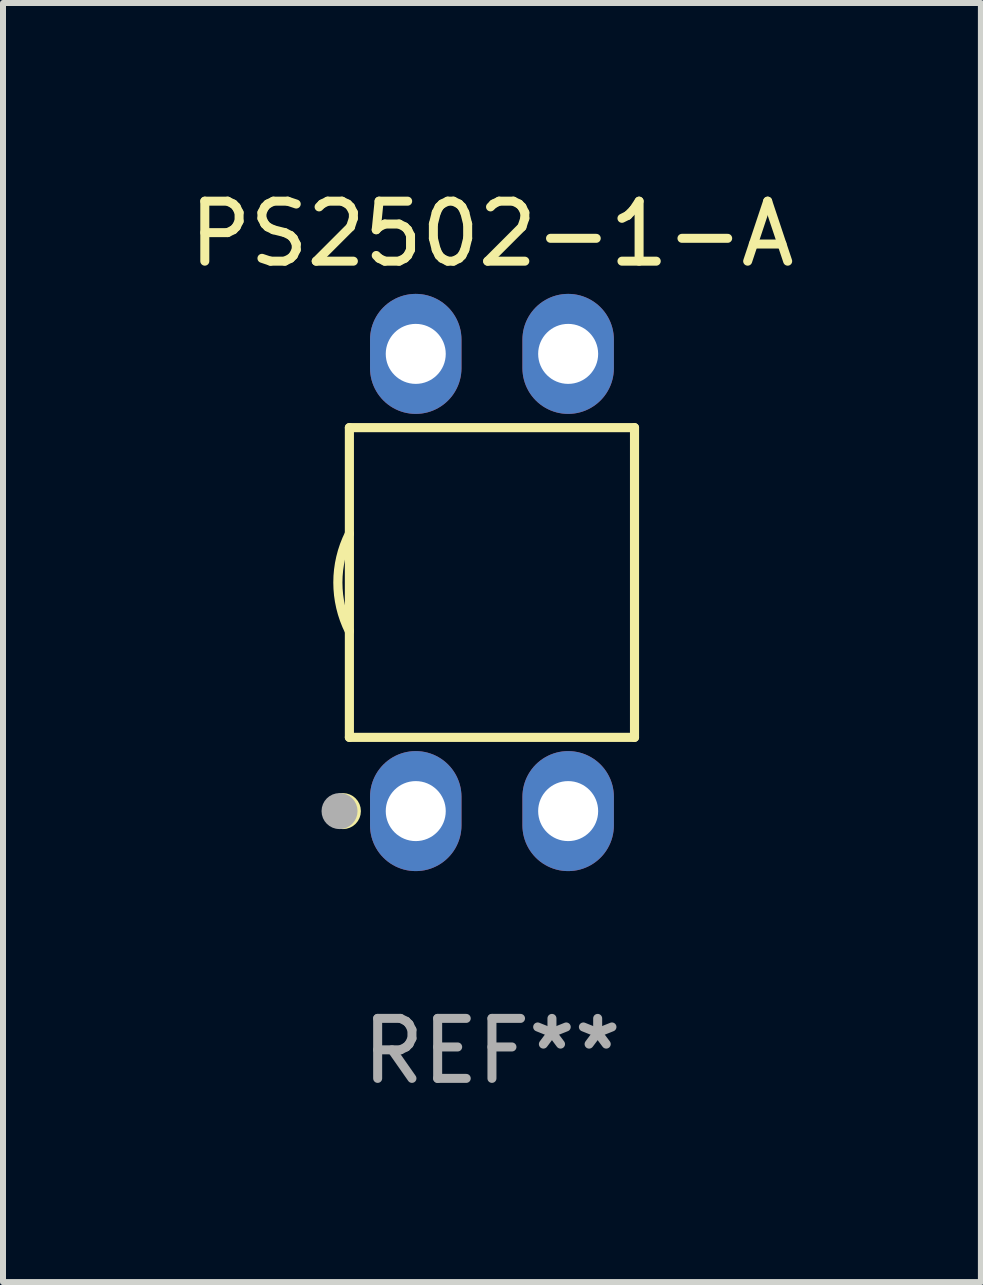
<source format=kicad_pcb>
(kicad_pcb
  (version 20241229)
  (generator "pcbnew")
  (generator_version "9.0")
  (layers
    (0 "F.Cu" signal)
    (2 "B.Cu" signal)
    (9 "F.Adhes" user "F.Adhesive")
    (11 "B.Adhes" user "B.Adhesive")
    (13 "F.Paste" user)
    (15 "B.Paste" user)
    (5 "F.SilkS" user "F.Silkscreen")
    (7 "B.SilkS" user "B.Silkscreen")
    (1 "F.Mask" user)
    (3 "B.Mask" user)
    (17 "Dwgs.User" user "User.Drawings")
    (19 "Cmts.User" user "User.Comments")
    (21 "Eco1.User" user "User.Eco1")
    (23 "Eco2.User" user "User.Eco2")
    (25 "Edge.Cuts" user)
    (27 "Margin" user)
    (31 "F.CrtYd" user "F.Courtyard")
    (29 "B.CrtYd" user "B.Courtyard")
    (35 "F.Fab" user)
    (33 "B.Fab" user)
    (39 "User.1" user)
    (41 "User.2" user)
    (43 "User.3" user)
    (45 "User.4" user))
  (footprint "PS2502-1-A"
    (layer "F.Cu")
    (at 5.149 6.658)
    (property "Reference" "PS2502-1-A" (at 0 -5.81 0) (layer "F.SilkS") (effects (font (size 1 1) (thickness 0.15))))
    (attr through_hole)
    (fp_line (start -2.376 -2.581) (end 2.376 -2.581) (stroke (width 0.152) (type solid)) (layer "F.SilkS"))
    (fp_line (start -2.376 2.581) (end -2.376 -2.581) (stroke (width 0.152) (type solid)) (layer "F.SilkS"))
    (fp_line (start 2.376 -2.581) (end 2.376 2.581) (stroke (width 0.152) (type solid)) (layer "F.SilkS"))
    (fp_line (start 2.376 2.581) (end -2.376 2.581) (stroke (width 0.152) (type solid)) (layer "F.SilkS"))
    (fp_arc (start -2.3762 0.812496) (mid -2.568004 0) (end -2.3762 -0.812497) (stroke (width 0.1524) (type solid)) (layer "F.SilkS"))
    (fp_circle (center -2.484 3.81) (end -2.334 3.81) (stroke (width 0.3) (type solid)) (fill no) (layer "F.SilkS"))
    (fp_circle (center -2.3 3.935) (end -2.27 3.935) (stroke (width 0.06) (type solid)) (fill no) (layer "F.SilkS"))
    (fp_circle (center -2.54 3.81) (end -2.39 3.81) (stroke (width 0.3) (type solid)) (fill no) (layer "F.Fab"))
    (fp_text user "REF**" (at 0 7.81 0) (layer "F.Fab") (effects (font (size 1 1) (thickness 0.15))))
    (pad "1" thru_hole oval (at -1.27 3.81) (size 1.524 2) (drill 1) (layers "*.Cu" "*.Mask"))
    (pad "2" thru_hole oval (at 1.27 3.81) (size 1.524 2) (drill 1) (layers "*.Cu" "*.Mask"))
    (pad "3" thru_hole oval (at 1.27 -3.81) (size 1.524 2) (drill 1) (layers "*.Cu" "*.Mask"))
    (pad "4" thru_hole oval (at -1.27 -3.81) (size 1.524 2) (drill 1) (layers "*.Cu" "*.Mask")))
  (gr_rect
    (start -3 -3)
    (end 13.298 18.317)
    (stroke (width 0.1) (type default))
    (fill no)
    (layer "Edge.Cuts")))
</source>
